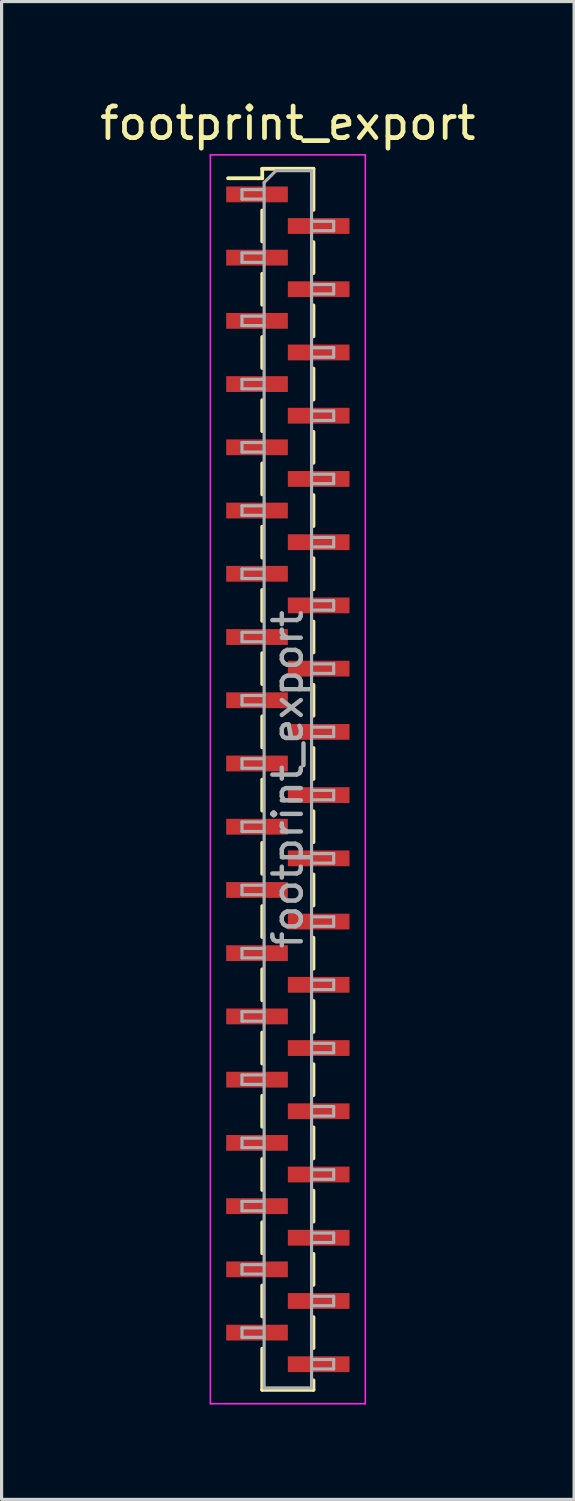
<source format=kicad_pcb>
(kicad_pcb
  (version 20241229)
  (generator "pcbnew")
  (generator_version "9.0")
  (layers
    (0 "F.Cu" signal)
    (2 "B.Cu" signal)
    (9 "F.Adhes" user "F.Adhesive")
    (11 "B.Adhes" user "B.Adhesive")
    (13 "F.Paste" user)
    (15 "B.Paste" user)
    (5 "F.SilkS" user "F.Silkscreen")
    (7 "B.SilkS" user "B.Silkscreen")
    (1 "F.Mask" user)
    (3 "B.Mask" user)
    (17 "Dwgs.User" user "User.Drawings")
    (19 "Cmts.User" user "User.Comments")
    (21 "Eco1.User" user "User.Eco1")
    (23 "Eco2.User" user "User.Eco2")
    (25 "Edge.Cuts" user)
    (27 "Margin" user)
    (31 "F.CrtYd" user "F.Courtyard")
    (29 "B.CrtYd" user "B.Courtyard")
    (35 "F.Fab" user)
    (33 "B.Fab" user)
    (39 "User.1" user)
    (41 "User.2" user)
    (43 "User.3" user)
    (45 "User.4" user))
  (footprint "footprint_export"
    (layer "F.Cu")
    (at 6.054 21.598)
    (property "Reference" "footprint_export" (at 0 -20.75 0) (layer "F.SilkS") (effects (font (size 1 1) (thickness 0.15))))
    (attr smd)
    (fp_line (start -1.89 -19.01) (end -0.81 -19.01) (stroke (width 0.12) (type solid)) (layer "F.SilkS"))
    (fp_line (start -0.81 -19.31) (end -0.81 -19.01) (stroke (width 0.12) (type solid)) (layer "F.SilkS"))
    (fp_line (start -0.81 -19.31) (end 0.81 -19.31) (stroke (width 0.12) (type solid)) (layer "F.SilkS"))
    (fp_line (start -0.81 -17.99) (end -0.81 -17.01) (stroke (width 0.12) (type solid)) (layer "F.SilkS"))
    (fp_line (start -0.81 -15.99) (end -0.81 -15.01) (stroke (width 0.12) (type solid)) (layer "F.SilkS"))
    (fp_line (start -0.81 -13.99) (end -0.81 -13.01) (stroke (width 0.12) (type solid)) (layer "F.SilkS"))
    (fp_line (start -0.81 -11.99) (end -0.81 -11.01) (stroke (width 0.12) (type solid)) (layer "F.SilkS"))
    (fp_line (start -0.81 -9.99) (end -0.81 -9.01) (stroke (width 0.12) (type solid)) (layer "F.SilkS"))
    (fp_line (start -0.81 -7.99) (end -0.81 -7.01) (stroke (width 0.12) (type solid)) (layer "F.SilkS"))
    (fp_line (start -0.81 -5.99) (end -0.81 -5.01) (stroke (width 0.12) (type solid)) (layer "F.SilkS"))
    (fp_line (start -0.81 -3.99) (end -0.81 -3.01) (stroke (width 0.12) (type solid)) (layer "F.SilkS"))
    (fp_line (start -0.81 -1.99) (end -0.81 -1.01) (stroke (width 0.12) (type solid)) (layer "F.SilkS"))
    (fp_line (start -0.81 0.01) (end -0.81 0.99) (stroke (width 0.12) (type solid)) (layer "F.SilkS"))
    (fp_line (start -0.81 2.01) (end -0.81 2.99) (stroke (width 0.12) (type solid)) (layer "F.SilkS"))
    (fp_line (start -0.81 4.01) (end -0.81 4.99) (stroke (width 0.12) (type solid)) (layer "F.SilkS"))
    (fp_line (start -0.81 6.01) (end -0.81 6.99) (stroke (width 0.12) (type solid)) (layer "F.SilkS"))
    (fp_line (start -0.81 8.01) (end -0.81 8.99) (stroke (width 0.12) (type solid)) (layer "F.SilkS"))
    (fp_line (start -0.81 10.01) (end -0.81 10.99) (stroke (width 0.12) (type solid)) (layer "F.SilkS"))
    (fp_line (start -0.81 12.01) (end -0.81 12.99) (stroke (width 0.12) (type solid)) (layer "F.SilkS"))
    (fp_line (start -0.81 14.01) (end -0.81 14.99) (stroke (width 0.12) (type solid)) (layer "F.SilkS"))
    (fp_line (start -0.81 16.01) (end -0.81 16.99) (stroke (width 0.12) (type solid)) (layer "F.SilkS"))
    (fp_line (start -0.81 18.01) (end -0.81 19.31) (stroke (width 0.12) (type solid)) (layer "F.SilkS"))
    (fp_line (start -0.81 19.31) (end 0.81 19.31) (stroke (width 0.12) (type solid)) (layer "F.SilkS"))
    (fp_line (start 0.81 -19.31) (end 0.81 -18.01) (stroke (width 0.12) (type solid)) (layer "F.SilkS"))
    (fp_line (start 0.81 -16.99) (end 0.81 -16.01) (stroke (width 0.12) (type solid)) (layer "F.SilkS"))
    (fp_line (start 0.81 -14.99) (end 0.81 -14.01) (stroke (width 0.12) (type solid)) (layer "F.SilkS"))
    (fp_line (start 0.81 -12.99) (end 0.81 -12.01) (stroke (width 0.12) (type solid)) (layer "F.SilkS"))
    (fp_line (start 0.81 -10.99) (end 0.81 -10.01) (stroke (width 0.12) (type solid)) (layer "F.SilkS"))
    (fp_line (start 0.81 -8.99) (end 0.81 -8.01) (stroke (width 0.12) (type solid)) (layer "F.SilkS"))
    (fp_line (start 0.81 -6.99) (end 0.81 -6.01) (stroke (width 0.12) (type solid)) (layer "F.SilkS"))
    (fp_line (start 0.81 -4.99) (end 0.81 -4.01) (stroke (width 0.12) (type solid)) (layer "F.SilkS"))
    (fp_line (start 0.81 -2.99) (end 0.81 -2.01) (stroke (width 0.12) (type solid)) (layer "F.SilkS"))
    (fp_line (start 0.81 -0.99) (end 0.81 -0.01) (stroke (width 0.12) (type solid)) (layer "F.SilkS"))
    (fp_line (start 0.81 1.01) (end 0.81 1.99) (stroke (width 0.12) (type solid)) (layer "F.SilkS"))
    (fp_line (start 0.81 3.01) (end 0.81 3.99) (stroke (width 0.12) (type solid)) (layer "F.SilkS"))
    (fp_line (start 0.81 5.01) (end 0.81 5.99) (stroke (width 0.12) (type solid)) (layer "F.SilkS"))
    (fp_line (start 0.81 7.01) (end 0.81 7.99) (stroke (width 0.12) (type solid)) (layer "F.SilkS"))
    (fp_line (start 0.81 9.01) (end 0.81 9.99) (stroke (width 0.12) (type solid)) (layer "F.SilkS"))
    (fp_line (start 0.81 11.01) (end 0.81 11.99) (stroke (width 0.12) (type solid)) (layer "F.SilkS"))
    (fp_line (start 0.81 13.01) (end 0.81 13.99) (stroke (width 0.12) (type solid)) (layer "F.SilkS"))
    (fp_line (start 0.81 15.01) (end 0.81 15.99) (stroke (width 0.12) (type solid)) (layer "F.SilkS"))
    (fp_line (start 0.81 17.01) (end 0.81 17.99) (stroke (width 0.12) (type solid)) (layer "F.SilkS"))
    (fp_line (start 0.81 19.01) (end 0.81 19.31) (stroke (width 0.12) (type solid)) (layer "F.SilkS"))
    (fp_line (start -2.45 -19.75) (end 2.45 -19.75) (stroke (width 0.05) (type solid)) (layer "F.CrtYd"))
    (fp_line (start -2.45 19.75) (end -2.45 -19.75) (stroke (width 0.05) (type solid)) (layer "F.CrtYd"))
    (fp_line (start 2.45 -19.75) (end 2.45 19.75) (stroke (width 0.05) (type solid)) (layer "F.CrtYd"))
    (fp_line (start 2.45 19.75) (end -2.45 19.75) (stroke (width 0.05) (type solid)) (layer "F.CrtYd"))
    (fp_line (start -1.45 -18.65) (end -0.75 -18.65) (stroke (width 0.1) (type solid)) (layer "F.Fab"))
    (fp_line (start -1.45 -18.35) (end -1.45 -18.65) (stroke (width 0.1) (type solid)) (layer "F.Fab"))
    (fp_line (start -1.45 -16.65) (end -0.75 -16.65) (stroke (width 0.1) (type solid)) (layer "F.Fab"))
    (fp_line (start -1.45 -16.35) (end -1.45 -16.65) (stroke (width 0.1) (type solid)) (layer "F.Fab"))
    (fp_line (start -1.45 -14.65) (end -0.75 -14.65) (stroke (width 0.1) (type solid)) (layer "F.Fab"))
    (fp_line (start -1.45 -14.35) (end -1.45 -14.65) (stroke (width 0.1) (type solid)) (layer "F.Fab"))
    (fp_line (start -1.45 -12.65) (end -0.75 -12.65) (stroke (width 0.1) (type solid)) (layer "F.Fab"))
    (fp_line (start -1.45 -12.35) (end -1.45 -12.65) (stroke (width 0.1) (type solid)) (layer "F.Fab"))
    (fp_line (start -1.45 -10.65) (end -0.75 -10.65) (stroke (width 0.1) (type solid)) (layer "F.Fab"))
    (fp_line (start -1.45 -10.35) (end -1.45 -10.65) (stroke (width 0.1) (type solid)) (layer "F.Fab"))
    (fp_line (start -1.45 -8.65) (end -0.75 -8.65) (stroke (width 0.1) (type solid)) (layer "F.Fab"))
    (fp_line (start -1.45 -8.35) (end -1.45 -8.65) (stroke (width 0.1) (type solid)) (layer "F.Fab"))
    (fp_line (start -1.45 -6.65) (end -0.75 -6.65) (stroke (width 0.1) (type solid)) (layer "F.Fab"))
    (fp_line (start -1.45 -6.35) (end -1.45 -6.65) (stroke (width 0.1) (type solid)) (layer "F.Fab"))
    (fp_line (start -1.45 -4.65) (end -0.75 -4.65) (stroke (width 0.1) (type solid)) (layer "F.Fab"))
    (fp_line (start -1.45 -4.35) (end -1.45 -4.65) (stroke (width 0.1) (type solid)) (layer "F.Fab"))
    (fp_line (start -1.45 -2.65) (end -0.75 -2.65) (stroke (width 0.1) (type solid)) (layer "F.Fab"))
    (fp_line (start -1.45 -2.35) (end -1.45 -2.65) (stroke (width 0.1) (type solid)) (layer "F.Fab"))
    (fp_line (start -1.45 -0.65) (end -0.75 -0.65) (stroke (width 0.1) (type solid)) (layer "F.Fab"))
    (fp_line (start -1.45 -0.35) (end -1.45 -0.65) (stroke (width 0.1) (type solid)) (layer "F.Fab"))
    (fp_line (start -1.45 1.35) (end -0.75 1.35) (stroke (width 0.1) (type solid)) (layer "F.Fab"))
    (fp_line (start -1.45 1.65) (end -1.45 1.35) (stroke (width 0.1) (type solid)) (layer "F.Fab"))
    (fp_line (start -1.45 3.35) (end -0.75 3.35) (stroke (width 0.1) (type solid)) (layer "F.Fab"))
    (fp_line (start -1.45 3.65) (end -1.45 3.35) (stroke (width 0.1) (type solid)) (layer "F.Fab"))
    (fp_line (start -1.45 5.35) (end -0.75 5.35) (stroke (width 0.1) (type solid)) (layer "F.Fab"))
    (fp_line (start -1.45 5.65) (end -1.45 5.35) (stroke (width 0.1) (type solid)) (layer "F.Fab"))
    (fp_line (start -1.45 7.35) (end -0.75 7.35) (stroke (width 0.1) (type solid)) (layer "F.Fab"))
    (fp_line (start -1.45 7.65) (end -1.45 7.35) (stroke (width 0.1) (type solid)) (layer "F.Fab"))
    (fp_line (start -1.45 9.35) (end -0.75 9.35) (stroke (width 0.1) (type solid)) (layer "F.Fab"))
    (fp_line (start -1.45 9.65) (end -1.45 9.35) (stroke (width 0.1) (type solid)) (layer "F.Fab"))
    (fp_line (start -1.45 11.35) (end -0.75 11.35) (stroke (width 0.1) (type solid)) (layer "F.Fab"))
    (fp_line (start -1.45 11.65) (end -1.45 11.35) (stroke (width 0.1) (type solid)) (layer "F.Fab"))
    (fp_line (start -1.45 13.35) (end -0.75 13.35) (stroke (width 0.1) (type solid)) (layer "F.Fab"))
    (fp_line (start -1.45 13.65) (end -1.45 13.35) (stroke (width 0.1) (type solid)) (layer "F.Fab"))
    (fp_line (start -1.45 15.35) (end -0.75 15.35) (stroke (width 0.1) (type solid)) (layer "F.Fab"))
    (fp_line (start -1.45 15.65) (end -1.45 15.35) (stroke (width 0.1) (type solid)) (layer "F.Fab"))
    (fp_line (start -1.45 17.35) (end -0.75 17.35) (stroke (width 0.1) (type solid)) (layer "F.Fab"))
    (fp_line (start -1.45 17.65) (end -1.45 17.35) (stroke (width 0.1) (type solid)) (layer "F.Fab"))
    (fp_line (start -0.75 -18.875) (end -0.375 -19.25) (stroke (width 0.1) (type solid)) (layer "F.Fab"))
    (fp_line (start -0.75 -18.35) (end -1.45 -18.35) (stroke (width 0.1) (type solid)) (layer "F.Fab"))
    (fp_line (start -0.75 -16.35) (end -1.45 -16.35) (stroke (width 0.1) (type solid)) (layer "F.Fab"))
    (fp_line (start -0.75 -14.35) (end -1.45 -14.35) (stroke (width 0.1) (type solid)) (layer "F.Fab"))
    (fp_line (start -0.75 -12.35) (end -1.45 -12.35) (stroke (width 0.1) (type solid)) (layer "F.Fab"))
    (fp_line (start -0.75 -10.35) (end -1.45 -10.35) (stroke (width 0.1) (type solid)) (layer "F.Fab"))
    (fp_line (start -0.75 -8.35) (end -1.45 -8.35) (stroke (width 0.1) (type solid)) (layer "F.Fab"))
    (fp_line (start -0.75 -6.35) (end -1.45 -6.35) (stroke (width 0.1) (type solid)) (layer "F.Fab"))
    (fp_line (start -0.75 -4.35) (end -1.45 -4.35) (stroke (width 0.1) (type solid)) (layer "F.Fab"))
    (fp_line (start -0.75 -2.35) (end -1.45 -2.35) (stroke (width 0.1) (type solid)) (layer "F.Fab"))
    (fp_line (start -0.75 -0.35) (end -1.45 -0.35) (stroke (width 0.1) (type solid)) (layer "F.Fab"))
    (fp_line (start -0.75 1.65) (end -1.45 1.65) (stroke (width 0.1) (type solid)) (layer "F.Fab"))
    (fp_line (start -0.75 3.65) (end -1.45 3.65) (stroke (width 0.1) (type solid)) (layer "F.Fab"))
    (fp_line (start -0.75 5.65) (end -1.45 5.65) (stroke (width 0.1) (type solid)) (layer "F.Fab"))
    (fp_line (start -0.75 7.65) (end -1.45 7.65) (stroke (width 0.1) (type solid)) (layer "F.Fab"))
    (fp_line (start -0.75 9.65) (end -1.45 9.65) (stroke (width 0.1) (type solid)) (layer "F.Fab"))
    (fp_line (start -0.75 11.65) (end -1.45 11.65) (stroke (width 0.1) (type solid)) (layer "F.Fab"))
    (fp_line (start -0.75 13.65) (end -1.45 13.65) (stroke (width 0.1) (type solid)) (layer "F.Fab"))
    (fp_line (start -0.75 15.65) (end -1.45 15.65) (stroke (width 0.1) (type solid)) (layer "F.Fab"))
    (fp_line (start -0.75 17.65) (end -1.45 17.65) (stroke (width 0.1) (type solid)) (layer "F.Fab"))
    (fp_line (start -0.75 19.25) (end -0.75 -18.875) (stroke (width 0.1) (type solid)) (layer "F.Fab"))
    (fp_line (start -0.375 -19.25) (end 0.75 -19.25) (stroke (width 0.1) (type solid)) (layer "F.Fab"))
    (fp_line (start 0.75 -19.25) (end 0.75 19.25) (stroke (width 0.1) (type solid)) (layer "F.Fab"))
    (fp_line (start 0.75 -17.65) (end 1.45 -17.65) (stroke (width 0.1) (type solid)) (layer "F.Fab"))
    (fp_line (start 0.75 -15.65) (end 1.45 -15.65) (stroke (width 0.1) (type solid)) (layer "F.Fab"))
    (fp_line (start 0.75 -13.65) (end 1.45 -13.65) (stroke (width 0.1) (type solid)) (layer "F.Fab"))
    (fp_line (start 0.75 -11.65) (end 1.45 -11.65) (stroke (width 0.1) (type solid)) (layer "F.Fab"))
    (fp_line (start 0.75 -9.65) (end 1.45 -9.65) (stroke (width 0.1) (type solid)) (layer "F.Fab"))
    (fp_line (start 0.75 -7.65) (end 1.45 -7.65) (stroke (width 0.1) (type solid)) (layer "F.Fab"))
    (fp_line (start 0.75 -5.65) (end 1.45 -5.65) (stroke (width 0.1) (type solid)) (layer "F.Fab"))
    (fp_line (start 0.75 -3.65) (end 1.45 -3.65) (stroke (width 0.1) (type solid)) (layer "F.Fab"))
    (fp_line (start 0.75 -1.65) (end 1.45 -1.65) (stroke (width 0.1) (type solid)) (layer "F.Fab"))
    (fp_line (start 0.75 0.35) (end 1.45 0.35) (stroke (width 0.1) (type solid)) (layer "F.Fab"))
    (fp_line (start 0.75 2.35) (end 1.45 2.35) (stroke (width 0.1) (type solid)) (layer "F.Fab"))
    (fp_line (start 0.75 4.35) (end 1.45 4.35) (stroke (width 0.1) (type solid)) (layer "F.Fab"))
    (fp_line (start 0.75 6.35) (end 1.45 6.35) (stroke (width 0.1) (type solid)) (layer "F.Fab"))
    (fp_line (start 0.75 8.35) (end 1.45 8.35) (stroke (width 0.1) (type solid)) (layer "F.Fab"))
    (fp_line (start 0.75 10.35) (end 1.45 10.35) (stroke (width 0.1) (type solid)) (layer "F.Fab"))
    (fp_line (start 0.75 12.35) (end 1.45 12.35) (stroke (width 0.1) (type solid)) (layer "F.Fab"))
    (fp_line (start 0.75 14.35) (end 1.45 14.35) (stroke (width 0.1) (type solid)) (layer "F.Fab"))
    (fp_line (start 0.75 16.35) (end 1.45 16.35) (stroke (width 0.1) (type solid)) (layer "F.Fab"))
    (fp_line (start 0.75 18.35) (end 1.45 18.35) (stroke (width 0.1) (type solid)) (layer "F.Fab"))
    (fp_line (start 0.75 19.25) (end -0.75 19.25) (stroke (width 0.1) (type solid)) (layer "F.Fab"))
    (fp_line (start 1.45 -17.65) (end 1.45 -17.35) (stroke (width 0.1) (type solid)) (layer "F.Fab"))
    (fp_line (start 1.45 -17.35) (end 0.75 -17.35) (stroke (width 0.1) (type solid)) (layer "F.Fab"))
    (fp_line (start 1.45 -15.65) (end 1.45 -15.35) (stroke (width 0.1) (type solid)) (layer "F.Fab"))
    (fp_line (start 1.45 -15.35) (end 0.75 -15.35) (stroke (width 0.1) (type solid)) (layer "F.Fab"))
    (fp_line (start 1.45 -13.65) (end 1.45 -13.35) (stroke (width 0.1) (type solid)) (layer "F.Fab"))
    (fp_line (start 1.45 -13.35) (end 0.75 -13.35) (stroke (width 0.1) (type solid)) (layer "F.Fab"))
    (fp_line (start 1.45 -11.65) (end 1.45 -11.35) (stroke (width 0.1) (type solid)) (layer "F.Fab"))
    (fp_line (start 1.45 -11.35) (end 0.75 -11.35) (stroke (width 0.1) (type solid)) (layer "F.Fab"))
    (fp_line (start 1.45 -9.65) (end 1.45 -9.35) (stroke (width 0.1) (type solid)) (layer "F.Fab"))
    (fp_line (start 1.45 -9.35) (end 0.75 -9.35) (stroke (width 0.1) (type solid)) (layer "F.Fab"))
    (fp_line (start 1.45 -7.65) (end 1.45 -7.35) (stroke (width 0.1) (type solid)) (layer "F.Fab"))
    (fp_line (start 1.45 -7.35) (end 0.75 -7.35) (stroke (width 0.1) (type solid)) (layer "F.Fab"))
    (fp_line (start 1.45 -5.65) (end 1.45 -5.35) (stroke (width 0.1) (type solid)) (layer "F.Fab"))
    (fp_line (start 1.45 -5.35) (end 0.75 -5.35) (stroke (width 0.1) (type solid)) (layer "F.Fab"))
    (fp_line (start 1.45 -3.65) (end 1.45 -3.35) (stroke (width 0.1) (type solid)) (layer "F.Fab"))
    (fp_line (start 1.45 -3.35) (end 0.75 -3.35) (stroke (width 0.1) (type solid)) (layer "F.Fab"))
    (fp_line (start 1.45 -1.65) (end 1.45 -1.35) (stroke (width 0.1) (type solid)) (layer "F.Fab"))
    (fp_line (start 1.45 -1.35) (end 0.75 -1.35) (stroke (width 0.1) (type solid)) (layer "F.Fab"))
    (fp_line (start 1.45 0.35) (end 1.45 0.65) (stroke (width 0.1) (type solid)) (layer "F.Fab"))
    (fp_line (start 1.45 0.65) (end 0.75 0.65) (stroke (width 0.1) (type solid)) (layer "F.Fab"))
    (fp_line (start 1.45 2.35) (end 1.45 2.65) (stroke (width 0.1) (type solid)) (layer "F.Fab"))
    (fp_line (start 1.45 2.65) (end 0.75 2.65) (stroke (width 0.1) (type solid)) (layer "F.Fab"))
    (fp_line (start 1.45 4.35) (end 1.45 4.65) (stroke (width 0.1) (type solid)) (layer "F.Fab"))
    (fp_line (start 1.45 4.65) (end 0.75 4.65) (stroke (width 0.1) (type solid)) (layer "F.Fab"))
    (fp_line (start 1.45 6.35) (end 1.45 6.65) (stroke (width 0.1) (type solid)) (layer "F.Fab"))
    (fp_line (start 1.45 6.65) (end 0.75 6.65) (stroke (width 0.1) (type solid)) (layer "F.Fab"))
    (fp_line (start 1.45 8.35) (end 1.45 8.65) (stroke (width 0.1) (type solid)) (layer "F.Fab"))
    (fp_line (start 1.45 8.65) (end 0.75 8.65) (stroke (width 0.1) (type solid)) (layer "F.Fab"))
    (fp_line (start 1.45 10.35) (end 1.45 10.65) (stroke (width 0.1) (type solid)) (layer "F.Fab"))
    (fp_line (start 1.45 10.65) (end 0.75 10.65) (stroke (width 0.1) (type solid)) (layer "F.Fab"))
    (fp_line (start 1.45 12.35) (end 1.45 12.65) (stroke (width 0.1) (type solid)) (layer "F.Fab"))
    (fp_line (start 1.45 12.65) (end 0.75 12.65) (stroke (width 0.1) (type solid)) (layer "F.Fab"))
    (fp_line (start 1.45 14.35) (end 1.45 14.65) (stroke (width 0.1) (type solid)) (layer "F.Fab"))
    (fp_line (start 1.45 14.65) (end 0.75 14.65) (stroke (width 0.1) (type solid)) (layer "F.Fab"))
    (fp_line (start 1.45 16.35) (end 1.45 16.65) (stroke (width 0.1) (type solid)) (layer "F.Fab"))
    (fp_line (start 1.45 16.65) (end 0.75 16.65) (stroke (width 0.1) (type solid)) (layer "F.Fab"))
    (fp_line (start 1.45 18.35) (end 1.45 18.65) (stroke (width 0.1) (type solid)) (layer "F.Fab"))
    (fp_line (start 1.45 18.65) (end 0.75 18.65) (stroke (width 0.1) (type solid)) (layer "F.Fab"))
    (fp_text user "${REFERENCE}" (at 0 0 90) (layer "F.Fab") (effects (font (size 0.9 0.9) (thickness 0.14))))
    (pad "1" smd rect (at -0.975 -18.5) (size 1.95 0.5) (layers "F.Cu" "F.Mask" "F.Paste"))
    (pad "2" smd rect (at 0.975 -17.5) (size 1.95 0.5) (layers "F.Cu" "F.Mask" "F.Paste"))
    (pad "3" smd rect (at -0.975 -16.5) (size 1.95 0.5) (layers "F.Cu" "F.Mask" "F.Paste"))
    (pad "4" smd rect (at 0.975 -15.5) (size 1.95 0.5) (layers "F.Cu" "F.Mask" "F.Paste"))
    (pad "5" smd rect (at -0.975 -14.5) (size 1.95 0.5) (layers "F.Cu" "F.Mask" "F.Paste"))
    (pad "6" smd rect (at 0.975 -13.5) (size 1.95 0.5) (layers "F.Cu" "F.Mask" "F.Paste"))
    (pad "7" smd rect (at -0.975 -12.5) (size 1.95 0.5) (layers "F.Cu" "F.Mask" "F.Paste"))
    (pad "8" smd rect (at 0.975 -11.5) (size 1.95 0.5) (layers "F.Cu" "F.Mask" "F.Paste"))
    (pad "9" smd rect (at -0.975 -10.5) (size 1.95 0.5) (layers "F.Cu" "F.Mask" "F.Paste"))
    (pad "10" smd rect (at 0.975 -9.5) (size 1.95 0.5) (layers "F.Cu" "F.Mask" "F.Paste"))
    (pad "11" smd rect (at -0.975 -8.5) (size 1.95 0.5) (layers "F.Cu" "F.Mask" "F.Paste"))
    (pad "12" smd rect (at 0.975 -7.5) (size 1.95 0.5) (layers "F.Cu" "F.Mask" "F.Paste"))
    (pad "13" smd rect (at -0.975 -6.5) (size 1.95 0.5) (layers "F.Cu" "F.Mask" "F.Paste"))
    (pad "14" smd rect (at 0.975 -5.5) (size 1.95 0.5) (layers "F.Cu" "F.Mask" "F.Paste"))
    (pad "15" smd rect (at -0.975 -4.5) (size 1.95 0.5) (layers "F.Cu" "F.Mask" "F.Paste"))
    (pad "16" smd rect (at 0.975 -3.5) (size 1.95 0.5) (layers "F.Cu" "F.Mask" "F.Paste"))
    (pad "17" smd rect (at -0.975 -2.5) (size 1.95 0.5) (layers "F.Cu" "F.Mask" "F.Paste"))
    (pad "18" smd rect (at 0.975 -1.5) (size 1.95 0.5) (layers "F.Cu" "F.Mask" "F.Paste"))
    (pad "19" smd rect (at -0.975 -0.5) (size 1.95 0.5) (layers "F.Cu" "F.Mask" "F.Paste"))
    (pad "20" smd rect (at 0.975 0.5) (size 1.95 0.5) (layers "F.Cu" "F.Mask" "F.Paste"))
    (pad "21" smd rect (at -0.975 1.5) (size 1.95 0.5) (layers "F.Cu" "F.Mask" "F.Paste"))
    (pad "22" smd rect (at 0.975 2.5) (size 1.95 0.5) (layers "F.Cu" "F.Mask" "F.Paste"))
    (pad "23" smd rect (at -0.975 3.5) (size 1.95 0.5) (layers "F.Cu" "F.Mask" "F.Paste"))
    (pad "24" smd rect (at 0.975 4.5) (size 1.95 0.5) (layers "F.Cu" "F.Mask" "F.Paste"))
    (pad "25" smd rect (at -0.975 5.5) (size 1.95 0.5) (layers "F.Cu" "F.Mask" "F.Paste"))
    (pad "26" smd rect (at 0.975 6.5) (size 1.95 0.5) (layers "F.Cu" "F.Mask" "F.Paste"))
    (pad "27" smd rect (at -0.975 7.5) (size 1.95 0.5) (layers "F.Cu" "F.Mask" "F.Paste"))
    (pad "28" smd rect (at 0.975 8.5) (size 1.95 0.5) (layers "F.Cu" "F.Mask" "F.Paste"))
    (pad "29" smd rect (at -0.975 9.5) (size 1.95 0.5) (layers "F.Cu" "F.Mask" "F.Paste"))
    (pad "30" smd rect (at 0.975 10.5) (size 1.95 0.5) (layers "F.Cu" "F.Mask" "F.Paste"))
    (pad "31" smd rect (at -0.975 11.5) (size 1.95 0.5) (layers "F.Cu" "F.Mask" "F.Paste"))
    (pad "32" smd rect (at 0.975 12.5) (size 1.95 0.5) (layers "F.Cu" "F.Mask" "F.Paste"))
    (pad "33" smd rect (at -0.975 13.5) (size 1.95 0.5) (layers "F.Cu" "F.Mask" "F.Paste"))
    (pad "34" smd rect (at 0.975 14.5) (size 1.95 0.5) (layers "F.Cu" "F.Mask" "F.Paste"))
    (pad "35" smd rect (at -0.975 15.5) (size 1.95 0.5) (layers "F.Cu" "F.Mask" "F.Paste"))
    (pad "36" smd rect (at 0.975 16.5) (size 1.95 0.5) (layers "F.Cu" "F.Mask" "F.Paste"))
    (pad "37" smd rect (at -0.975 17.5) (size 1.95 0.5) (layers "F.Cu" "F.Mask" "F.Paste"))
    (pad "38" smd rect (at 0.975 18.5) (size 1.95 0.5) (layers "F.Cu" "F.Mask" "F.Paste")))
  (gr_rect
    (start -3 -3)
    (end 15.107 44.373)
    (stroke (width 0.1) (type default))
    (fill no)
    (layer "Edge.Cuts")))
</source>
